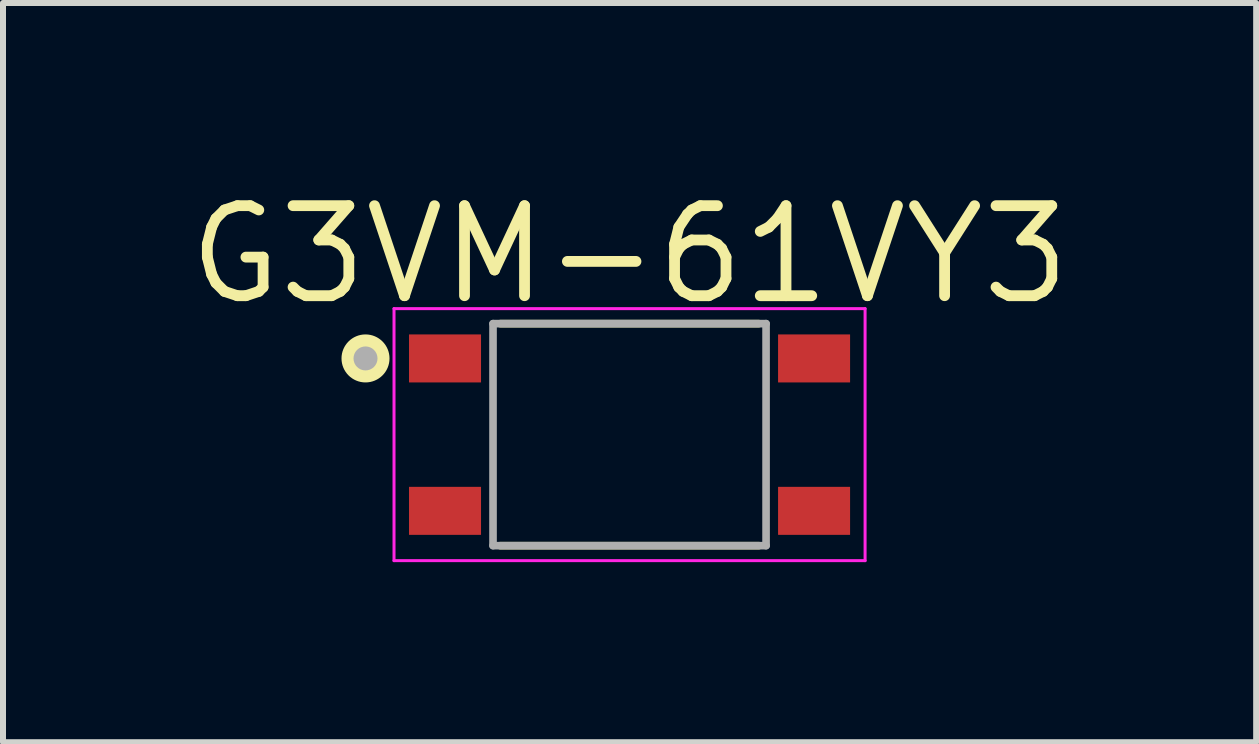
<source format=kicad_pcb>
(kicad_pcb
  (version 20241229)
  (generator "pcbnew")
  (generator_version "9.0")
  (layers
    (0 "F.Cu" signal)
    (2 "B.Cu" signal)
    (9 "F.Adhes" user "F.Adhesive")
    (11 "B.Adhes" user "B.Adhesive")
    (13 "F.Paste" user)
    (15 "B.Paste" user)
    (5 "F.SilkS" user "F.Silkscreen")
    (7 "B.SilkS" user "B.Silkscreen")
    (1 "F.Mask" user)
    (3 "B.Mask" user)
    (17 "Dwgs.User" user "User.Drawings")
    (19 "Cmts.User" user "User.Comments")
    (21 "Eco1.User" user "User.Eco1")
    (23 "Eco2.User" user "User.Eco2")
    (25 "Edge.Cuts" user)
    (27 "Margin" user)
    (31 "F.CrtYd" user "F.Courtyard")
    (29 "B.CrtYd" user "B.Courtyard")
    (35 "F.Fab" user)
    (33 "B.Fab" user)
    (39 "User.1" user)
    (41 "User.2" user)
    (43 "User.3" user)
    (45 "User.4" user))
  (footprint "G3VM-61VY3"
    (layer "F.Cu")
    (at 7.441 4.193)
    (property "Reference" "G3VM-61VY3" (at 0 -3 0) (layer "F.SilkS") (effects (font (size 1.5 1.5) (thickness 0.18))))
    (attr smd)
    (fp_line (start -2.155 -1.85) (end 2.155 -1.85) (stroke (width 0.127) (type solid)) (layer "F.SilkS"))
    (fp_line (start -2.155 1.85) (end 2.155 1.85) (stroke (width 0.127) (type solid)) (layer "F.SilkS"))
    (fp_circle (center -4.4 -1.27) (end -4.1 -1.27) (stroke (width 0.2) (type solid)) (fill yes) (layer "F.SilkS"))
    (fp_line (start -3.925 -2.1) (end -3.925 2.1) (stroke (width 0.05) (type solid)) (layer "F.CrtYd"))
    (fp_line (start -3.925 2.1) (end 3.925 2.1) (stroke (width 0.05) (type solid)) (layer "F.CrtYd"))
    (fp_line (start 3.925 -2.1) (end -3.925 -2.1) (stroke (width 0.05) (type solid)) (layer "F.CrtYd"))
    (fp_line (start 3.925 2.1) (end 3.925 -2.1) (stroke (width 0.05) (type solid)) (layer "F.CrtYd"))
    (fp_line (start -2.275 -1.85) (end -2.275 1.85) (stroke (width 0.127) (type solid)) (layer "F.Fab"))
    (fp_line (start -2.275 1.85) (end 2.275 1.85) (stroke (width 0.127) (type solid)) (layer "F.Fab"))
    (fp_line (start 2.275 -1.85) (end -2.275 -1.85) (stroke (width 0.127) (type solid)) (layer "F.Fab"))
    (fp_line (start 2.275 1.85) (end 2.275 -1.85) (stroke (width 0.127) (type solid)) (layer "F.Fab"))
    (fp_circle (center -4.4 -1.27) (end -4.3 -1.27) (stroke (width 0.2) (type solid)) (fill no) (layer "F.Fab"))
    (pad "1" smd rect (at -3.075 -1.27) (size 1.2 0.8) (layers "F.Cu" "F.Mask" "F.Paste"))
    (pad "2" smd rect (at -3.075 1.27) (size 1.2 0.8) (layers "F.Cu" "F.Mask" "F.Paste"))
    (pad "3" smd rect (at 3.075 1.27) (size 1.2 0.8) (layers "F.Cu" "F.Mask" "F.Paste"))
    (pad "4" smd rect (at 3.075 -1.27) (size 1.2 0.8) (layers "F.Cu" "F.Mask" "F.Paste")))
  (gr_rect
    (start -3 -3)
    (end 17.883 9.318)
    (stroke (width 0.1) (type default))
    (fill no)
    (layer "Edge.Cuts")))
</source>
